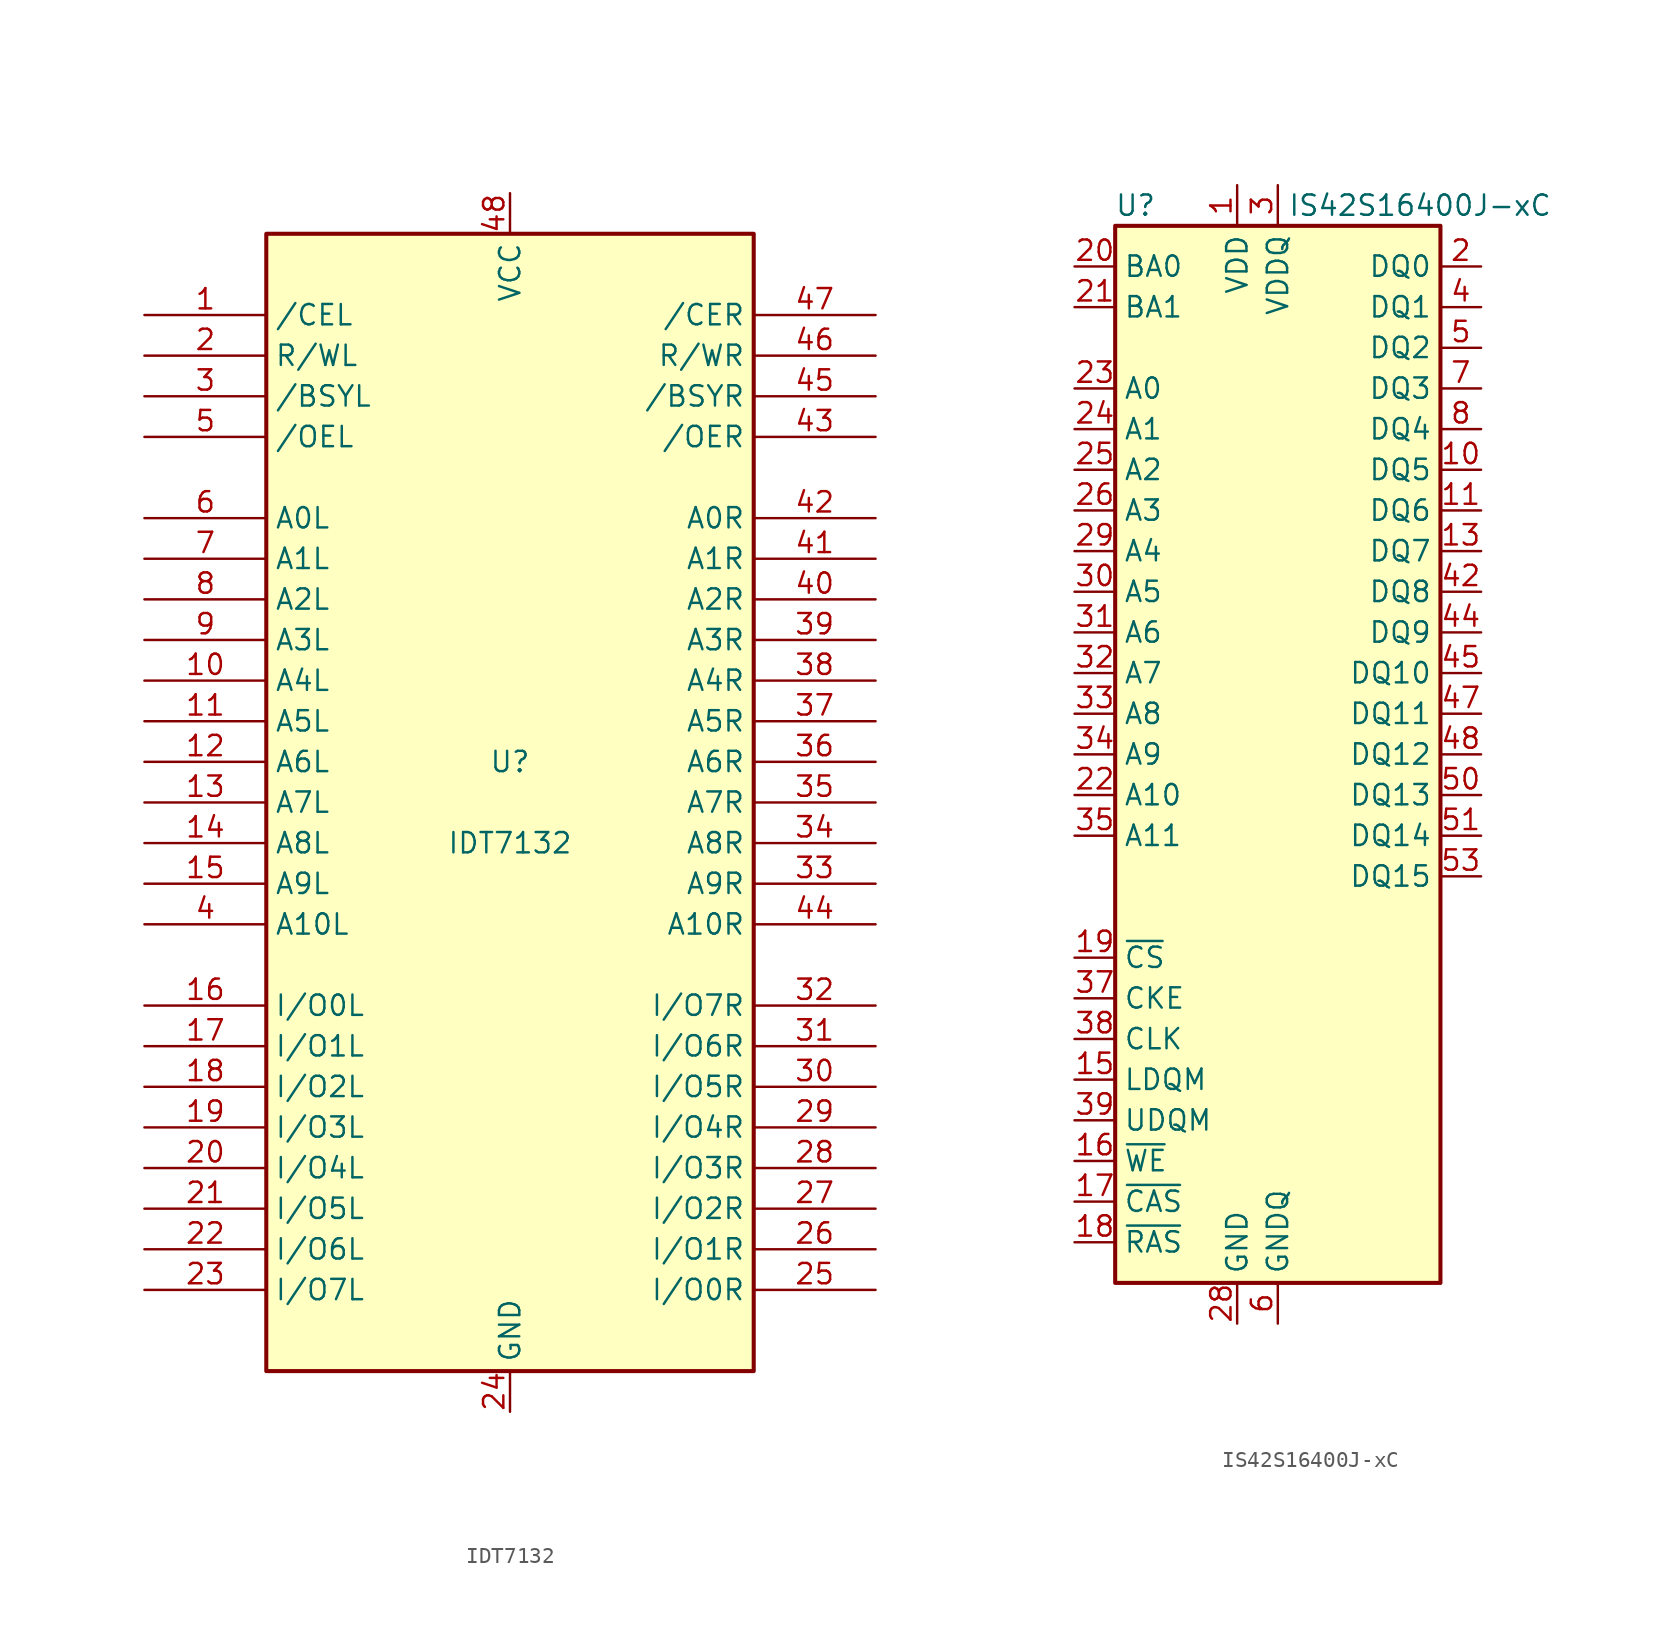
<source format=kicad_sym>
(kicad_symbol_lib
  (version 20241209)
  (generator "kicad_symbol_editor")
  (generator_version "9.0")
  (symbol "IDT7132"
    (property "Reference" "U"
      (at 0 2.54 0)
      (effects (font (size 1.27 1.27))))
    (property "Value" "IDT7132"
      (at 0 -2.54 0)
      (effects (font (size 1.27 1.27))))
    (symbol "IDT7132_0_1"
      (rectangle (start -15.24 -35.56) (end 15.24 35.56) (stroke (width 0.254) (type default)) (fill (type background))))
    (symbol "IDT7132_1_1"
      (pin input line (at -22.86 30.48 0) (length 7.62) (name "/CEL" (effects (font (size 1.27 1.27)))) (number "1" (effects (font (size 1.27 1.27)))))
      (pin input line (at -22.86 27.94 0) (length 7.62) (name "R/WL" (effects (font (size 1.27 1.27)))) (number "2" (effects (font (size 1.27 1.27)))))
      (pin output line (at -22.86 25.4 0) (length 7.62) (name "/BSYL" (effects (font (size 1.27 1.27)))) (number "3" (effects (font (size 1.27 1.27)))))
      (pin input line (at -22.86 22.86 0) (length 7.62) (name "/OEL" (effects (font (size 1.27 1.27)))) (number "5" (effects (font (size 1.27 1.27)))))
      (pin input line (at -22.86 17.78 0) (length 7.62) (name "A0L" (effects (font (size 1.27 1.27)))) (number "6" (effects (font (size 1.27 1.27)))))
      (pin input line (at -22.86 15.24 0) (length 7.62) (name "A1L" (effects (font (size 1.27 1.27)))) (number "7" (effects (font (size 1.27 1.27)))))
      (pin input line (at -22.86 12.7 0) (length 7.62) (name "A2L" (effects (font (size 1.27 1.27)))) (number "8" (effects (font (size 1.27 1.27)))))
      (pin input line (at -22.86 10.16 0) (length 7.62) (name "A3L" (effects (font (size 1.27 1.27)))) (number "9" (effects (font (size 1.27 1.27)))))
      (pin input line (at -22.86 7.62 0) (length 7.62) (name "A4L" (effects (font (size 1.27 1.27)))) (number "10" (effects (font (size 1.27 1.27)))))
      (pin input line (at -22.86 5.08 0) (length 7.62) (name "A5L" (effects (font (size 1.27 1.27)))) (number "11" (effects (font (size 1.27 1.27)))))
      (pin input line (at -22.86 2.54 0) (length 7.62) (name "A6L" (effects (font (size 1.27 1.27)))) (number "12" (effects (font (size 1.27 1.27)))))
      (pin input line (at -22.86 0 0) (length 7.62) (name "A7L" (effects (font (size 1.27 1.27)))) (number "13" (effects (font (size 1.27 1.27)))))
      (pin input line (at -22.86 -2.54 0) (length 7.62) (name "A8L" (effects (font (size 1.27 1.27)))) (number "14" (effects (font (size 1.27 1.27)))))
      (pin input line (at -22.86 -5.08 0) (length 7.62) (name "A9L" (effects (font (size 1.27 1.27)))) (number "15" (effects (font (size 1.27 1.27)))))
      (pin input line (at -22.86 -7.62 0) (length 7.62) (name "A10L" (effects (font (size 1.27 1.27)))) (number "4" (effects (font (size 1.27 1.27)))))
      (pin input line (at -22.86 -12.7 0) (length 7.62) (name "I/O0L" (effects (font (size 1.27 1.27)))) (number "16" (effects (font (size 1.27 1.27)))))
      (pin input line (at -22.86 -15.24 0) (length 7.62) (name "I/O1L" (effects (font (size 1.27 1.27)))) (number "17" (effects (font (size 1.27 1.27)))))
      (pin input line (at -22.86 -17.78 0) (length 7.62) (name "I/O2L" (effects (font (size 1.27 1.27)))) (number "18" (effects (font (size 1.27 1.27)))))
      (pin input line (at -22.86 -20.32 0) (length 7.62) (name "I/O3L" (effects (font (size 1.27 1.27)))) (number "19" (effects (font (size 1.27 1.27)))))
      (pin input line (at -22.86 -22.86 0) (length 7.62) (name "I/O4L" (effects (font (size 1.27 1.27)))) (number "20" (effects (font (size 1.27 1.27)))))
      (pin input line (at -22.86 -25.4 0) (length 7.62) (name "I/O5L" (effects (font (size 1.27 1.27)))) (number "21" (effects (font (size 1.27 1.27)))))
      (pin input line (at -22.86 -27.94 0) (length 7.62) (name "I/O6L" (effects (font (size 1.27 1.27)))) (number "22" (effects (font (size 1.27 1.27)))))
      (pin input line (at -22.86 -30.48 0) (length 7.62) (name "I/O7L" (effects (font (size 1.27 1.27)))) (number "23" (effects (font (size 1.27 1.27)))))
      (pin power_in line (at 0 38.1 270) (length 2.54) (name "VCC" (effects (font (size 1.27 1.27)))) (number "48" (effects (font (size 1.27 1.27)))))
      (pin power_in line (at 0 -38.1 90) (length 2.54) (name "GND" (effects (font (size 1.27 1.27)))) (number "24" (effects (font (size 1.27 1.27)))))
      (pin input line (at 22.86 30.48 180) (length 7.62) (name "/CER" (effects (font (size 1.27 1.27)))) (number "47" (effects (font (size 1.27 1.27)))))
      (pin input line (at 22.86 27.94 180) (length 7.62) (name "R/WR" (effects (font (size 1.27 1.27)))) (number "46" (effects (font (size 1.27 1.27)))))
      (pin output line (at 22.86 25.4 180) (length 7.62) (name "/BSYR" (effects (font (size 1.27 1.27)))) (number "45" (effects (font (size 1.27 1.27)))))
      (pin input line (at 22.86 22.86 180) (length 7.62) (name "/OER" (effects (font (size 1.27 1.27)))) (number "43" (effects (font (size 1.27 1.27)))))
      (pin input line (at 22.86 17.78 180) (length 7.62) (name "A0R" (effects (font (size 1.27 1.27)))) (number "42" (effects (font (size 1.27 1.27)))))
      (pin input line (at 22.86 15.24 180) (length 7.62) (name "A1R" (effects (font (size 1.27 1.27)))) (number "41" (effects (font (size 1.27 1.27)))))
      (pin input line (at 22.86 12.7 180) (length 7.62) (name "A2R" (effects (font (size 1.27 1.27)))) (number "40" (effects (font (size 1.27 1.27)))))
      (pin input line (at 22.86 10.16 180) (length 7.62) (name "A3R" (effects (font (size 1.27 1.27)))) (number "39" (effects (font (size 1.27 1.27)))))
      (pin input line (at 22.86 7.62 180) (length 7.62) (name "A4R" (effects (font (size 1.27 1.27)))) (number "38" (effects (font (size 1.27 1.27)))))
      (pin input line (at 22.86 5.08 180) (length 7.62) (name "A5R" (effects (font (size 1.27 1.27)))) (number "37" (effects (font (size 1.27 1.27)))))
      (pin input line (at 22.86 2.54 180) (length 7.62) (name "A6R" (effects (font (size 1.27 1.27)))) (number "36" (effects (font (size 1.27 1.27)))))
      (pin input line (at 22.86 0 180) (length 7.62) (name "A7R" (effects (font (size 1.27 1.27)))) (number "35" (effects (font (size 1.27 1.27)))))
      (pin input line (at 22.86 -2.54 180) (length 7.62) (name "A8R" (effects (font (size 1.27 1.27)))) (number "34" (effects (font (size 1.27 1.27)))))
      (pin input line (at 22.86 -5.08 180) (length 7.62) (name "A9R" (effects (font (size 1.27 1.27)))) (number "33" (effects (font (size 1.27 1.27)))))
      (pin input line (at 22.86 -7.62 180) (length 7.62) (name "A10R" (effects (font (size 1.27 1.27)))) (number "44" (effects (font (size 1.27 1.27)))))
      (pin input line (at 22.86 -12.7 180) (length 7.62) (name "I/O7R" (effects (font (size 1.27 1.27)))) (number "32" (effects (font (size 1.27 1.27)))))
      (pin input line (at 22.86 -15.24 180) (length 7.62) (name "I/O6R" (effects (font (size 1.27 1.27)))) (number "31" (effects (font (size 1.27 1.27)))))
      (pin input line (at 22.86 -17.78 180) (length 7.62) (name "I/O5R" (effects (font (size 1.27 1.27)))) (number "30" (effects (font (size 1.27 1.27)))))
      (pin input line (at 22.86 -20.32 180) (length 7.62) (name "I/O4R" (effects (font (size 1.27 1.27)))) (number "29" (effects (font (size 1.27 1.27)))))
      (pin input line (at 22.86 -22.86 180) (length 7.62) (name "I/O3R" (effects (font (size 1.27 1.27)))) (number "28" (effects (font (size 1.27 1.27)))))
      (pin input line (at 22.86 -25.4 180) (length 7.62) (name "I/O2R" (effects (font (size 1.27 1.27)))) (number "27" (effects (font (size 1.27 1.27)))))
      (pin input line (at 22.86 -27.94 180) (length 7.62) (name "I/O1R" (effects (font (size 1.27 1.27)))) (number "26" (effects (font (size 1.27 1.27)))))
      (pin input line (at 22.86 -30.48 180) (length 7.62) (name "I/O0R" (effects (font (size 1.27 1.27)))) (number "25" (effects (font (size 1.27 1.27)))))))
  (symbol "IS42S16400J-xC"
    (property "Reference" "U"
      (at -8.89 34.29 0)
      (effects (font (size 1.27 1.27))))
    (property "Value" "IS42S16400J-xC"
      (at 8.89 34.29 0)
      (effects (font (size 1.27 1.27))))
    (symbol "IS42S16400J-xC_1_1"
      (rectangle (start -10.16 33.02) (end 10.16 -33.02) (stroke (width 0.254) (type default)) (fill (type background)))
      (pin input line (at -12.7 30.48 0) (length 2.54) (name "BA0" (effects (font (size 1.27 1.27)))) (number "20" (effects (font (size 1.27 1.27)))))
      (pin input line (at -12.7 27.94 0) (length 2.54) (name "BA1" (effects (font (size 1.27 1.27)))) (number "21" (effects (font (size 1.27 1.27)))))
      (pin input line (at -12.7 22.86 0) (length 2.54) (name "A0" (effects (font (size 1.27 1.27)))) (number "23" (effects (font (size 1.27 1.27)))))
      (pin input line (at -12.7 20.32 0) (length 2.54) (name "A1" (effects (font (size 1.27 1.27)))) (number "24" (effects (font (size 1.27 1.27)))))
      (pin input line (at -12.7 17.78 0) (length 2.54) (name "A2" (effects (font (size 1.27 1.27)))) (number "25" (effects (font (size 1.27 1.27)))))
      (pin input line (at -12.7 15.24 0) (length 2.54) (name "A3" (effects (font (size 1.27 1.27)))) (number "26" (effects (font (size 1.27 1.27)))))
      (pin input line (at -12.7 12.7 0) (length 2.54) (name "A4" (effects (font (size 1.27 1.27)))) (number "29" (effects (font (size 1.27 1.27)))))
      (pin input line (at -12.7 10.16 0) (length 2.54) (name "A5" (effects (font (size 1.27 1.27)))) (number "30" (effects (font (size 1.27 1.27)))))
      (pin input line (at -12.7 7.62 0) (length 2.54) (name "A6" (effects (font (size 1.27 1.27)))) (number "31" (effects (font (size 1.27 1.27)))))
      (pin input line (at -12.7 5.08 0) (length 2.54) (name "A7" (effects (font (size 1.27 1.27)))) (number "32" (effects (font (size 1.27 1.27)))))
      (pin input line (at -12.7 2.54 0) (length 2.54) (name "A8" (effects (font (size 1.27 1.27)))) (number "33" (effects (font (size 1.27 1.27)))))
      (pin input line (at -12.7 0 0) (length 2.54) (name "A9" (effects (font (size 1.27 1.27)))) (number "34" (effects (font (size 1.27 1.27)))))
      (pin input line (at -12.7 -2.54 0) (length 2.54) (name "A10" (effects (font (size 1.27 1.27)))) (number "22" (effects (font (size 1.27 1.27)))))
      (pin input line (at -12.7 -5.08 0) (length 2.54) (name "A11" (effects (font (size 1.27 1.27)))) (number "35" (effects (font (size 1.27 1.27)))))
      (pin input line (at -12.7 -12.7 0) (length 2.54) (name "~{CS}" (effects (font (size 1.27 1.27)))) (number "19" (effects (font (size 1.27 1.27)))))
      (pin input line (at -12.7 -15.24 0) (length 2.54) (name "CKE" (effects (font (size 1.27 1.27)))) (number "37" (effects (font (size 1.27 1.27)))))
      (pin input line (at -12.7 -17.78 0) (length 2.54) (name "CLK" (effects (font (size 1.27 1.27)))) (number "38" (effects (font (size 1.27 1.27)))))
      (pin input line (at -12.7 -20.32 0) (length 2.54) (name "LDQM" (effects (font (size 1.27 1.27)))) (number "15" (effects (font (size 1.27 1.27)))))
      (pin input line (at -12.7 -22.86 0) (length 2.54) (name "UDQM" (effects (font (size 1.27 1.27)))) (number "39" (effects (font (size 1.27 1.27)))))
      (pin input line (at -12.7 -25.4 0) (length 2.54) (name "~{WE}" (effects (font (size 1.27 1.27)))) (number "16" (effects (font (size 1.27 1.27)))))
      (pin input line (at -12.7 -27.94 0) (length 2.54) (name "~{CAS}" (effects (font (size 1.27 1.27)))) (number "17" (effects (font (size 1.27 1.27)))))
      (pin input line (at -12.7 -30.48 0) (length 2.54) (name "~{RAS}" (effects (font (size 1.27 1.27)))) (number "18" (effects (font (size 1.27 1.27)))))
      (pin power_in line (at -2.54 35.56 270) (length 2.54) (name "VDD" (effects (font (size 1.27 1.27)))) (number "1" (effects (font (size 1.27 1.27)))))
      (pin passive line (at -2.54 35.56 270) (length 2.54) (hide yes) (name "VDD" (effects (font (size 1.27 1.27)))) (number "14" (effects (font (size 1.27 1.27)))))
      (pin passive line (at -2.54 35.56 270) (length 2.54) (hide yes) (name "VDD" (effects (font (size 1.27 1.27)))) (number "27" (effects (font (size 1.27 1.27)))))
      (pin power_in line (at -2.54 -35.56 90) (length 2.54) (name "GND" (effects (font (size 1.27 1.27)))) (number "28" (effects (font (size 1.27 1.27)))))
      (pin passive line (at -2.54 -35.56 90) (length 2.54) (hide yes) (name "GND" (effects (font (size 1.27 1.27)))) (number "41" (effects (font (size 1.27 1.27)))))
      (pin passive line (at -2.54 -35.56 90) (length 2.54) (hide yes) (name "GND" (effects (font (size 1.27 1.27)))) (number "54" (effects (font (size 1.27 1.27)))))
      (pin power_in line (at 0 35.56 270) (length 2.54) (name "VDDQ" (effects (font (size 1.27 1.27)))) (number "3" (effects (font (size 1.27 1.27)))))
      (pin passive line (at 0 35.56 270) (length 2.54) (hide yes) (name "VDDQ" (effects (font (size 1.27 1.27)))) (number "43" (effects (font (size 1.27 1.27)))))
      (pin passive line (at 0 35.56 270) (length 2.54) (hide yes) (name "VDDQ" (effects (font (size 1.27 1.27)))) (number "49" (effects (font (size 1.27 1.27)))))
      (pin passive line (at 0 35.56 270) (length 2.54) (hide yes) (name "VDDQ" (effects (font (size 1.27 1.27)))) (number "9" (effects (font (size 1.27 1.27)))))
      (pin passive line (at 0 -35.56 90) (length 2.54) (hide yes) (name "GNDQ" (effects (font (size 1.27 1.27)))) (number "12" (effects (font (size 1.27 1.27)))))
      (pin passive line (at 0 -35.56 90) (length 2.54) (hide yes) (name "GNDQ" (effects (font (size 1.27 1.27)))) (number "46" (effects (font (size 1.27 1.27)))))
      (pin passive line (at 0 -35.56 90) (length 2.54) (hide yes) (name "GNDQ" (effects (font (size 1.27 1.27)))) (number "52" (effects (font (size 1.27 1.27)))))
      (pin power_in line (at 0 -35.56 90) (length 2.54) (name "GNDQ" (effects (font (size 1.27 1.27)))) (number "6" (effects (font (size 1.27 1.27)))))
      (pin no_connect line (at 10.16 -17.78 180) (length 2.54) (hide yes) (name "NC" (effects (font (size 1.27 1.27)))) (number "36" (effects (font (size 1.27 1.27)))))
      (pin no_connect line (at 10.16 -20.32 180) (length 2.54) (hide yes) (name "NC" (effects (font (size 1.27 1.27)))) (number "40" (effects (font (size 1.27 1.27)))))
      (pin bidirectional line (at 12.7 30.48 180) (length 2.54) (name "DQ0" (effects (font (size 1.27 1.27)))) (number "2" (effects (font (size 1.27 1.27)))))
      (pin bidirectional line (at 12.7 27.94 180) (length 2.54) (name "DQ1" (effects (font (size 1.27 1.27)))) (number "4" (effects (font (size 1.27 1.27)))))
      (pin bidirectional line (at 12.7 25.4 180) (length 2.54) (name "DQ2" (effects (font (size 1.27 1.27)))) (number "5" (effects (font (size 1.27 1.27)))))
      (pin bidirectional line (at 12.7 22.86 180) (length 2.54) (name "DQ3" (effects (font (size 1.27 1.27)))) (number "7" (effects (font (size 1.27 1.27)))))
      (pin bidirectional line (at 12.7 20.32 180) (length 2.54) (name "DQ4" (effects (font (size 1.27 1.27)))) (number "8" (effects (font (size 1.27 1.27)))))
      (pin bidirectional line (at 12.7 17.78 180) (length 2.54) (name "DQ5" (effects (font (size 1.27 1.27)))) (number "10" (effects (font (size 1.27 1.27)))))
      (pin bidirectional line (at 12.7 15.24 180) (length 2.54) (name "DQ6" (effects (font (size 1.27 1.27)))) (number "11" (effects (font (size 1.27 1.27)))))
      (pin bidirectional line (at 12.7 12.7 180) (length 2.54) (name "DQ7" (effects (font (size 1.27 1.27)))) (number "13" (effects (font (size 1.27 1.27)))))
      (pin bidirectional line (at 12.7 10.16 180) (length 2.54) (name "DQ8" (effects (font (size 1.27 1.27)))) (number "42" (effects (font (size 1.27 1.27)))))
      (pin bidirectional line (at 12.7 7.62 180) (length 2.54) (name "DQ9" (effects (font (size 1.27 1.27)))) (number "44" (effects (font (size 1.27 1.27)))))
      (pin bidirectional line (at 12.7 5.08 180) (length 2.54) (name "DQ10" (effects (font (size 1.27 1.27)))) (number "45" (effects (font (size 1.27 1.27)))))
      (pin bidirectional line (at 12.7 2.54 180) (length 2.54) (name "DQ11" (effects (font (size 1.27 1.27)))) (number "47" (effects (font (size 1.27 1.27)))))
      (pin bidirectional line (at 12.7 0 180) (length 2.54) (name "DQ12" (effects (font (size 1.27 1.27)))) (number "48" (effects (font (size 1.27 1.27)))))
      (pin bidirectional line (at 12.7 -2.54 180) (length 2.54) (name "DQ13" (effects (font (size 1.27 1.27)))) (number "50" (effects (font (size 1.27 1.27)))))
      (pin bidirectional line (at 12.7 -5.08 180) (length 2.54) (name "DQ14" (effects (font (size 1.27 1.27)))) (number "51" (effects (font (size 1.27 1.27)))))
      (pin bidirectional line (at 12.7 -7.62 180) (length 2.54) (name "DQ15" (effects (font (size 1.27 1.27)))) (number "53" (effects (font (size 1.27 1.27))))))))
</source>
